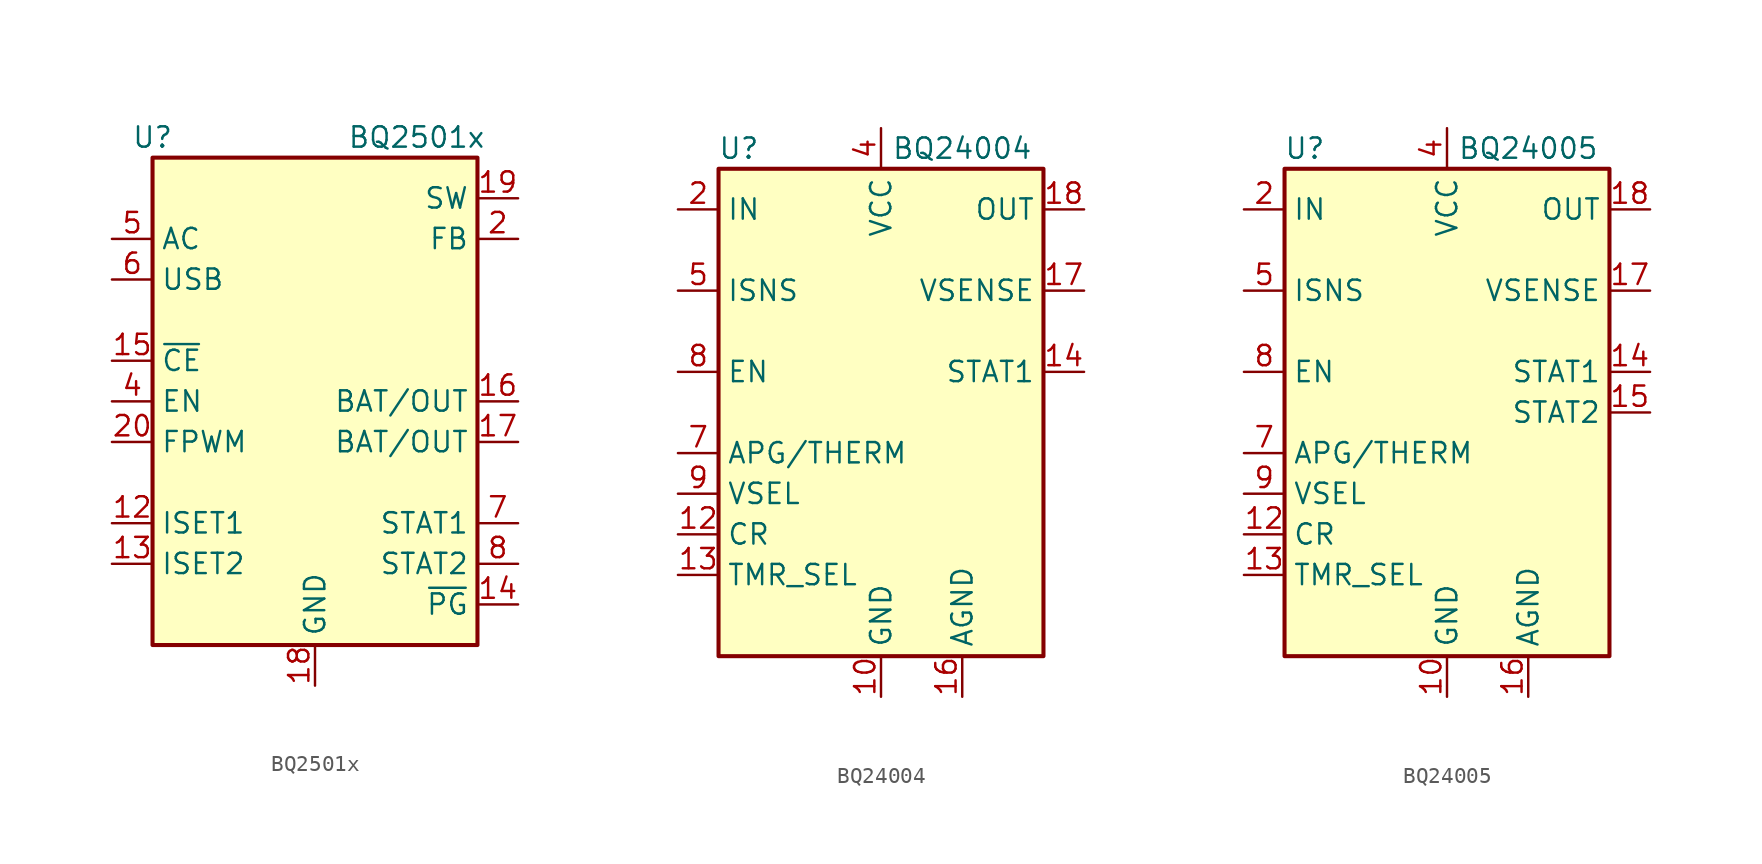
<source format=kicad_sym>
(kicad_symbol_lib
  (version 20200908)
  (generator kicad_symbol_editor)
  (symbol "Battery_Management:BQ2501x"
    (property "Reference" "U"
      (at -10.16 16.51 0)
      (effects (font (size 1.27 1.27))))
    (property "Value" "BQ2501x"
      (at 6.35 16.51 0)
      (effects (font (size 1.27 1.27))))
    (symbol "BQ2501x_1_1"
      (rectangle (start -10.16 15.24) (end 10.16 -15.24) (stroke (width 0.254)) (fill (type background)))
      (pin unconnected line (at 10.16 7.62 180) (length 2.54) hide (name "NC" (effects (font (size 1.27 1.27)))) (number "1" (effects (font (size 1.27 1.27)))))
      (pin unconnected line (at 10.16 5.08 180) (length 2.54) hide (name "NC" (effects (font (size 1.27 1.27)))) (number "10" (effects (font (size 1.27 1.27)))))
      (pin unconnected line (at 10.16 2.54 180) (length 2.54) hide (name "NC" (effects (font (size 1.27 1.27)))) (number "11" (effects (font (size 1.27 1.27)))))
      (pin input line (at -12.7 -7.62 0) (length 2.54) (name "ISET1" (effects (font (size 1.27 1.27)))) (number "12" (effects (font (size 1.27 1.27)))))
      (pin input line (at -12.7 -10.16 0) (length 2.54) (name "ISET2" (effects (font (size 1.27 1.27)))) (number "13" (effects (font (size 1.27 1.27)))))
      (pin output line (at 12.7 -12.7 180) (length 2.54) (name "~PG" (effects (font (size 1.27 1.27)))) (number "14" (effects (font (size 1.27 1.27)))))
      (pin input line (at -12.7 2.54 0) (length 2.54) (name "~CE" (effects (font (size 1.27 1.27)))) (number "15" (effects (font (size 1.27 1.27)))))
      (pin power_out line (at 12.7 0 180) (length 2.54) (name "BAT/OUT" (effects (font (size 1.27 1.27)))) (number "16" (effects (font (size 1.27 1.27)))))
      (pin power_in line (at 12.7 -2.54 180) (length 2.54) (name "BAT/OUT" (effects (font (size 1.27 1.27)))) (number "17" (effects (font (size 1.27 1.27)))))
      (pin power_in line (at 0 -17.78 90) (length 2.54) (name "GND" (effects (font (size 1.27 1.27)))) (number "18" (effects (font (size 1.27 1.27)))))
      (pin power_out line (at 12.7 12.7 180) (length 2.54) (name "SW" (effects (font (size 1.27 1.27)))) (number "19" (effects (font (size 1.27 1.27)))))
      (pin input line (at 12.7 10.16 180) (length 2.54) (name "FB" (effects (font (size 1.27 1.27)))) (number "2" (effects (font (size 1.27 1.27)))))
      (pin input line (at -12.7 -2.54 0) (length 2.54) (name "FPWM" (effects (font (size 1.27 1.27)))) (number "20" (effects (font (size 1.27 1.27)))))
      (pin passive line (at 0 -17.78 90) (length 2.54) hide (name "GND" (effects (font (size 1.27 1.27)))) (number "21" (effects (font (size 1.27 1.27)))))
      (pin passive line (at 0 -17.78 90) (length 2.54) hide (name "GND" (effects (font (size 1.27 1.27)))) (number "3" (effects (font (size 1.27 1.27)))))
      (pin input line (at -12.7 0 0) (length 2.54) (name "EN" (effects (font (size 1.27 1.27)))) (number "4" (effects (font (size 1.27 1.27)))))
      (pin power_in line (at -12.7 10.16 0) (length 2.54) (name "AC" (effects (font (size 1.27 1.27)))) (number "5" (effects (font (size 1.27 1.27)))))
      (pin power_in line (at -12.7 7.62 0) (length 2.54) (name "USB" (effects (font (size 1.27 1.27)))) (number "6" (effects (font (size 1.27 1.27)))))
      (pin open_collector line (at 12.7 -7.62 180) (length 2.54) (name "STAT1" (effects (font (size 1.27 1.27)))) (number "7" (effects (font (size 1.27 1.27)))))
      (pin open_collector line (at 12.7 -10.16 180) (length 2.54) (name "STAT2" (effects (font (size 1.27 1.27)))) (number "8" (effects (font (size 1.27 1.27)))))
      (pin passive line (at 0 -17.78 90) (length 2.54) hide (name "GND" (effects (font (size 1.27 1.27)))) (number "9" (effects (font (size 1.27 1.27)))))))
  (symbol "Battery_Management:BQ24004"
    (property "Reference" "U"
      (at -8.89 16.51 0)
      (effects (font (size 1.27 1.27))))
    (property "Value" "BQ24004"
      (at 5.08 16.51 0)
      (effects (font (size 1.27 1.27))))
    (symbol "BQ24004_0_1"
      (rectangle (start -10.16 15.24) (end 10.16 -15.24) (stroke (width 0.254)) (fill (type background))))
    (symbol "BQ24004_1_1"
      (pin unconnected line (at 10.16 -2.54 180) (length 2.54) hide (name "N/C" (effects (font (size 1.27 1.27)))) (number "1" (effects (font (size 1.27 1.27)))))
      (pin power_in line (at 0 -17.78 90) (length 2.54) (name "GND" (effects (font (size 1.27 1.27)))) (number "10" (effects (font (size 1.27 1.27)))))
      (pin unconnected line (at 10.16 -7.62 180) (length 2.54) hide (name "N/C" (effects (font (size 1.27 1.27)))) (number "11" (effects (font (size 1.27 1.27)))))
      (pin input line (at -12.7 -7.62 0) (length 2.54) (name "CR" (effects (font (size 1.27 1.27)))) (number "12" (effects (font (size 1.27 1.27)))))
      (pin input line (at -12.7 -10.16 0) (length 2.54) (name "TMR_SEL" (effects (font (size 1.27 1.27)))) (number "13" (effects (font (size 1.27 1.27)))))
      (pin output line (at 12.7 2.54 180) (length 2.54) (name "STAT1" (effects (font (size 1.27 1.27)))) (number "14" (effects (font (size 1.27 1.27)))))
      (pin unconnected line (at 10.16 0 180) (length 2.54) hide (name "N/C" (effects (font (size 1.27 1.27)))) (number "15" (effects (font (size 1.27 1.27)))))
      (pin power_in line (at 5.08 -17.78 90) (length 2.54) (name "AGND" (effects (font (size 1.27 1.27)))) (number "16" (effects (font (size 1.27 1.27)))))
      (pin input line (at 12.7 7.62 180) (length 2.54) (name "VSENSE" (effects (font (size 1.27 1.27)))) (number "17" (effects (font (size 1.27 1.27)))))
      (pin output line (at 12.7 12.7 180) (length 2.54) (name "OUT" (effects (font (size 1.27 1.27)))) (number "18" (effects (font (size 1.27 1.27)))))
      (pin passive line (at 12.7 12.7 180) (length 2.54) hide (name "OUT" (effects (font (size 1.27 1.27)))) (number "19" (effects (font (size 1.27 1.27)))))
      (pin input line (at -12.7 12.7 0) (length 2.54) (name "IN" (effects (font (size 1.27 1.27)))) (number "2" (effects (font (size 1.27 1.27)))))
      (pin unconnected line (at 10.16 -10.16 180) (length 2.54) hide (name "N/C" (effects (font (size 1.27 1.27)))) (number "20" (effects (font (size 1.27 1.27)))))
      (pin passive line (at 0 -17.78 90) (length 2.54) hide (name "GND" (effects (font (size 1.27 1.27)))) (number "21" (effects (font (size 1.27 1.27)))))
      (pin input line (at -12.7 12.7 0) (length 2.54) hide (name "IN" (effects (font (size 1.27 1.27)))) (number "3" (effects (font (size 1.27 1.27)))))
      (pin power_in line (at 0 17.78 270) (length 2.54) (name "VCC" (effects (font (size 1.27 1.27)))) (number "4" (effects (font (size 1.27 1.27)))))
      (pin input line (at -12.7 7.62 0) (length 2.54) (name "ISNS" (effects (font (size 1.27 1.27)))) (number "5" (effects (font (size 1.27 1.27)))))
      (pin unconnected line (at 10.16 -5.08 180) (length 2.54) hide (name "N/C" (effects (font (size 1.27 1.27)))) (number "6" (effects (font (size 1.27 1.27)))))
      (pin input line (at -12.7 -2.54 0) (length 2.54) (name "APG/THERM" (effects (font (size 1.27 1.27)))) (number "7" (effects (font (size 1.27 1.27)))))
      (pin input line (at -12.7 2.54 0) (length 2.54) (name "EN" (effects (font (size 1.27 1.27)))) (number "8" (effects (font (size 1.27 1.27)))))
      (pin input line (at -12.7 -5.08 0) (length 2.54) (name "VSEL" (effects (font (size 1.27 1.27)))) (number "9" (effects (font (size 1.27 1.27)))))))
  (symbol "Battery_Management:BQ24005"
    (property "Reference" "U"
      (at -8.89 16.51 0)
      (effects (font (size 1.27 1.27))))
    (property "Value" "BQ24005"
      (at 5.08 16.51 0)
      (effects (font (size 1.27 1.27))))
    (symbol "BQ24005_0_1"
      (rectangle (start -10.16 15.24) (end 10.16 -15.24) (stroke (width 0.254)) (fill (type background))))
    (symbol "BQ24005_1_1"
      (pin unconnected line (at 10.16 -2.54 180) (length 2.54) hide (name "N/C" (effects (font (size 1.27 1.27)))) (number "1" (effects (font (size 1.27 1.27)))))
      (pin power_in line (at 0 -17.78 90) (length 2.54) (name "GND" (effects (font (size 1.27 1.27)))) (number "10" (effects (font (size 1.27 1.27)))))
      (pin unconnected line (at 10.16 -7.62 180) (length 2.54) hide (name "N/C" (effects (font (size 1.27 1.27)))) (number "11" (effects (font (size 1.27 1.27)))))
      (pin input line (at -12.7 -7.62 0) (length 2.54) (name "CR" (effects (font (size 1.27 1.27)))) (number "12" (effects (font (size 1.27 1.27)))))
      (pin input line (at -12.7 -10.16 0) (length 2.54) (name "TMR_SEL" (effects (font (size 1.27 1.27)))) (number "13" (effects (font (size 1.27 1.27)))))
      (pin open_collector line (at 12.7 2.54 180) (length 2.54) (name "STAT1" (effects (font (size 1.27 1.27)))) (number "14" (effects (font (size 1.27 1.27)))))
      (pin open_collector line (at 12.7 0 180) (length 2.54) (name "STAT2" (effects (font (size 1.27 1.27)))) (number "15" (effects (font (size 1.27 1.27)))))
      (pin power_in line (at 5.08 -17.78 90) (length 2.54) (name "AGND" (effects (font (size 1.27 1.27)))) (number "16" (effects (font (size 1.27 1.27)))))
      (pin input line (at 12.7 7.62 180) (length 2.54) (name "VSENSE" (effects (font (size 1.27 1.27)))) (number "17" (effects (font (size 1.27 1.27)))))
      (pin output line (at 12.7 12.7 180) (length 2.54) (name "OUT" (effects (font (size 1.27 1.27)))) (number "18" (effects (font (size 1.27 1.27)))))
      (pin passive line (at 12.7 12.7 180) (length 2.54) hide (name "OUT" (effects (font (size 1.27 1.27)))) (number "19" (effects (font (size 1.27 1.27)))))
      (pin input line (at -12.7 12.7 0) (length 2.54) (name "IN" (effects (font (size 1.27 1.27)))) (number "2" (effects (font (size 1.27 1.27)))))
      (pin unconnected line (at 10.16 -10.16 180) (length 2.54) hide (name "N/C" (effects (font (size 1.27 1.27)))) (number "20" (effects (font (size 1.27 1.27)))))
      (pin passive line (at 0 -17.78 90) (length 2.54) hide (name "GND" (effects (font (size 1.27 1.27)))) (number "21" (effects (font (size 1.27 1.27)))))
      (pin input line (at -12.7 12.7 0) (length 2.54) hide (name "IN" (effects (font (size 1.27 1.27)))) (number "3" (effects (font (size 1.27 1.27)))))
      (pin power_in line (at 0 17.78 270) (length 2.54) (name "VCC" (effects (font (size 1.27 1.27)))) (number "4" (effects (font (size 1.27 1.27)))))
      (pin input line (at -12.7 7.62 0) (length 2.54) (name "ISNS" (effects (font (size 1.27 1.27)))) (number "5" (effects (font (size 1.27 1.27)))))
      (pin unconnected line (at 10.16 -5.08 180) (length 2.54) hide (name "N/C" (effects (font (size 1.27 1.27)))) (number "6" (effects (font (size 1.27 1.27)))))
      (pin input line (at -12.7 -2.54 0) (length 2.54) (name "APG/THERM" (effects (font (size 1.27 1.27)))) (number "7" (effects (font (size 1.27 1.27)))))
      (pin input line (at -12.7 2.54 0) (length 2.54) (name "EN" (effects (font (size 1.27 1.27)))) (number "8" (effects (font (size 1.27 1.27)))))
      (pin input line (at -12.7 -5.08 0) (length 2.54) (name "VSEL" (effects (font (size 1.27 1.27)))) (number "9" (effects (font (size 1.27 1.27))))))))
</source>
